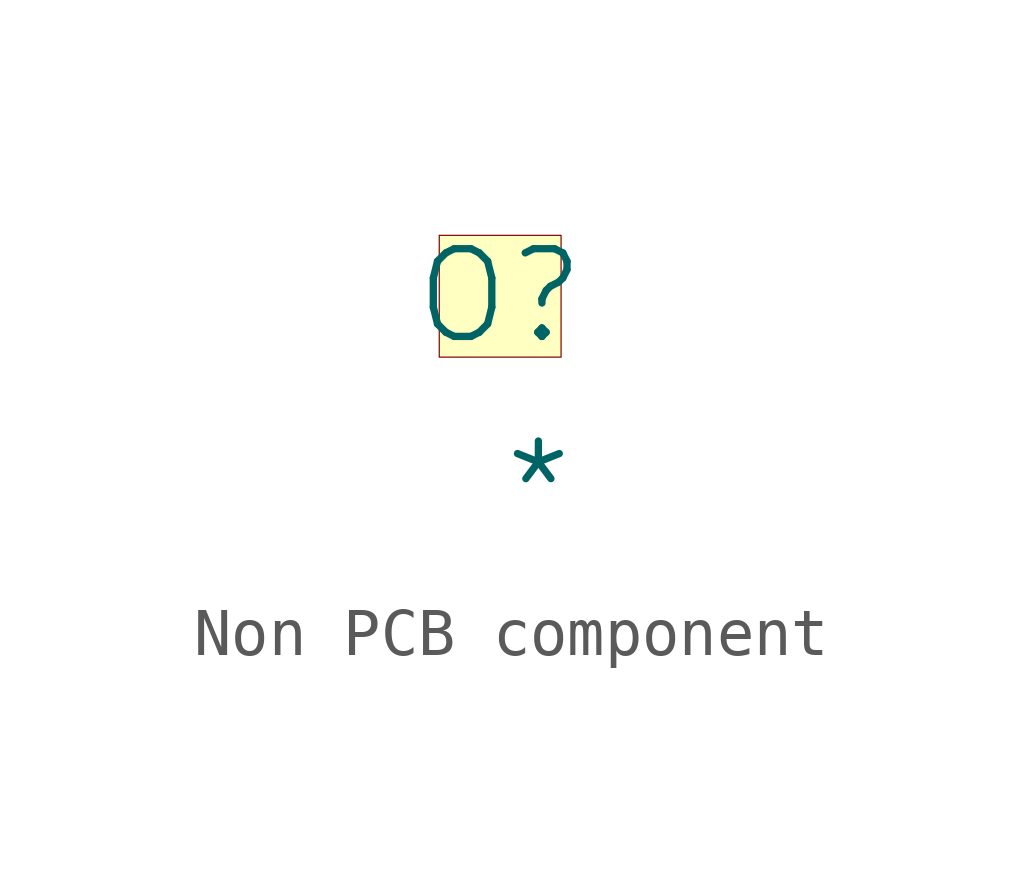
<source format=kicad_sym>
(kicad_symbol_lib
  (version 20241209)
  (generator "kicad_symbol_editor")
  (generator_version "9.0")
  (symbol "Non PCB component"
    (pin_numbers
      (hide yes))
    (pin_names
      (hide yes))
    (property "Reference" "O"
      (at -1.27 1.27 0)
      (effects (font (size 1.829 1.829))))
    (property "Value" "*"
      (at -1.27 -3.81 0)
      (effects (font (size 1.829 1.829)) (justify left bottom)))
    (symbol "Non PCB component_1_0"
      (rectangle (start 0 2.54) (end -2.54 0) (stroke (width 0.025) (type solid) (color 128 0 0 1)) (fill (type background))))))
</source>
